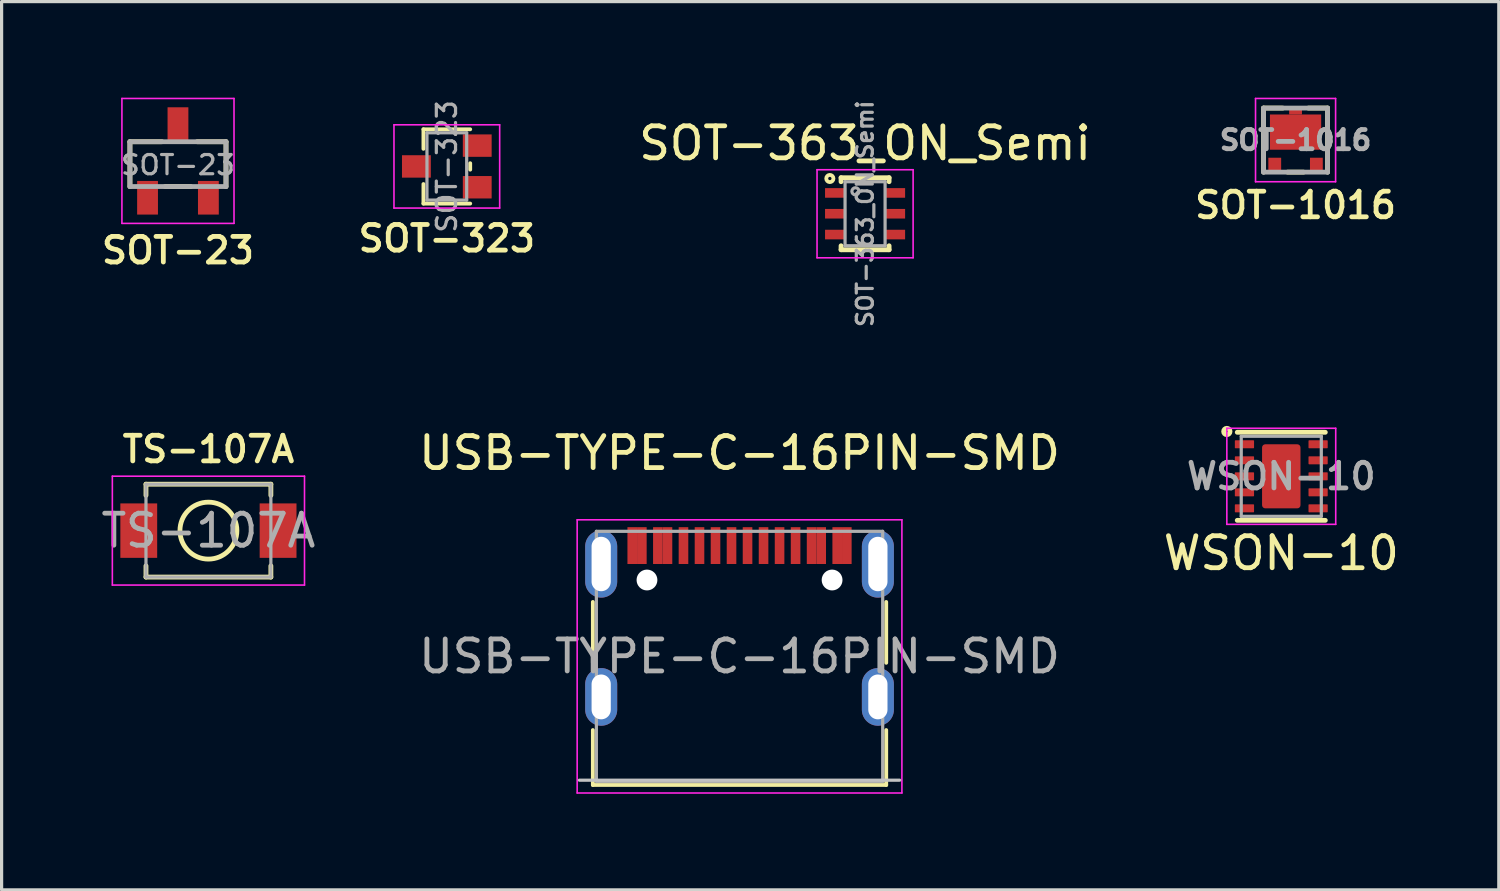
<source format=kicad_pcb>
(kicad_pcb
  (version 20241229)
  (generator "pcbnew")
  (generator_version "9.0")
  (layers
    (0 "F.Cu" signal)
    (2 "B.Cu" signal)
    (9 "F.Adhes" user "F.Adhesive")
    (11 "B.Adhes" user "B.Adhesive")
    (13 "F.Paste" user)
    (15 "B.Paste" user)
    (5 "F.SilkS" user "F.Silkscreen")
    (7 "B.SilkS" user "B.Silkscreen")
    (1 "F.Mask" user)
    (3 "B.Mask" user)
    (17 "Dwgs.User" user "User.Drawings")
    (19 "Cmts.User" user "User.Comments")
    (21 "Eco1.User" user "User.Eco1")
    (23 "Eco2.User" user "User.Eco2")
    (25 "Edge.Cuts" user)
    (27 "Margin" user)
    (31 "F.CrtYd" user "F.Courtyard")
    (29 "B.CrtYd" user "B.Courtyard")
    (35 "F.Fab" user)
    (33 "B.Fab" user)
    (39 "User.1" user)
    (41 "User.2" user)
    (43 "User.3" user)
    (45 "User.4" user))
  (footprint "WSON-10"
    (layer "F.Cu")
    (at 36.958 11.823)
    (property "Reference" "WSON-10" (at 0 2.4 180) (layer "F.SilkS") (effects (font (size 1 1) (thickness 0.15))))
    (attr smd)
    (fp_line (start -1.375 -1.375) (end 1.375 -1.375) (stroke (width 0.15) (type solid)) (layer "F.SilkS"))
    (fp_line (start -1.375 1.375) (end 1.375 1.375) (stroke (width 0.15) (type solid)) (layer "F.SilkS"))
    (fp_circle (center -1.7 -1.4) (end -1.8 -1.4) (stroke (width 0.15) (type solid)) (fill no) (layer "F.SilkS"))
    (fp_line (start -1.7 -1.5) (end -1.7 1.5) (stroke (width 0.05) (type solid)) (layer "F.CrtYd"))
    (fp_line (start -1.7 -1.5) (end 1.7 -1.5) (stroke (width 0.05) (type solid)) (layer "F.CrtYd"))
    (fp_line (start -1.7 1.5) (end 1.7 1.5) (stroke (width 0.05) (type solid)) (layer "F.CrtYd"))
    (fp_line (start 1.7 -1.5) (end 1.7 1.5) (stroke (width 0.05) (type solid)) (layer "F.CrtYd"))
    (fp_line (start -1.25 -1.25) (end -1.25 1.25) (stroke (width 0.1) (type solid)) (layer "F.Fab"))
    (fp_line (start -1.25 -1.25) (end 1.25 -1.25) (stroke (width 0.1) (type solid)) (layer "F.Fab"))
    (fp_line (start 1.25 1.25) (end -1.25 1.25) (stroke (width 0.1) (type solid)) (layer "F.Fab"))
    (fp_line (start 1.25 1.25) (end 1.25 -1.25) (stroke (width 0.1) (type solid)) (layer "F.Fab"))
    (fp_text user "${REFERENCE}" (at 0 0 180) (layer "F.Fab") (effects (font (size 0.8 0.8) (thickness 0.15))))
    (pad "" smd roundrect (at 0 -0.555) (size 1.13 0.89) (layers "F.Paste") (roundrect_rratio 0.056))
    (pad "" smd roundrect (at 0 0.555) (size 1.13 0.89) (layers "F.Paste") (roundrect_rratio 0.056))
    (pad "1" smd roundrect (at -1.15 -1) (size 0.6 0.25) (layers "F.Cu" "F.Mask" "F.Paste") (roundrect_rratio 0.083))
    (pad "2" smd roundrect (at -1.15 -0.5) (size 0.6 0.25) (layers "F.Cu" "F.Mask" "F.Paste") (roundrect_rratio 0.083))
    (pad "3" smd roundrect (at -1.15 0) (size 0.6 0.25) (layers "F.Cu" "F.Mask" "F.Paste") (roundrect_rratio 0.083))
    (pad "4" smd roundrect (at -1.15 0.5) (size 0.6 0.25) (layers "F.Cu" "F.Mask" "F.Paste") (roundrect_rratio 0.083))
    (pad "5" smd roundrect (at -1.15 1) (size 0.6 0.25) (layers "F.Cu" "F.Mask" "F.Paste") (roundrect_rratio 0.083))
    (pad "6" smd roundrect (at 1.15 1) (size 0.6 0.25) (layers "F.Cu" "F.Mask" "F.Paste") (roundrect_rratio 0.083))
    (pad "7" smd roundrect (at 1.15 0.5) (size 0.6 0.25) (layers "F.Cu" "F.Mask" "F.Paste") (roundrect_rratio 0.083))
    (pad "8" smd roundrect (at 1.15 0) (size 0.6 0.25) (layers "F.Cu" "F.Mask" "F.Paste") (roundrect_rratio 0.083))
    (pad "9" smd roundrect (at 1.15 -0.5) (size 0.6 0.25) (layers "F.Cu" "F.Mask" "F.Paste") (roundrect_rratio 0.083))
    (pad "10" smd roundrect (at 1.15 -1) (size 0.6 0.25) (layers "F.Cu" "F.Mask" "F.Paste") (roundrect_rratio 0.083))
    (pad "11" smd roundrect (at 0 0) (size 1.2 2) (layers "F.Cu" "F.Mask") (roundrect_rratio 0.083)))
  (footprint "SOT-1016"
    (layer "F.Cu")
    (at 37.404 1.325)
    (property "Reference" "SOT-1016" (at 0 2.032 180) (layer "F.SilkS") (effects (font (size 0.8 0.8) (thickness 0.15))))
    (attr smd)
    (fp_line (start -1 -1) (end -1 1) (stroke (width 0.15) (type solid)) (layer "F.SilkS"))
    (fp_line (start -0.4 -1) (end -1 -1) (stroke (width 0.15) (type solid)) (layer "F.SilkS"))
    (fp_line (start -0.25 1) (end 0.25 1) (stroke (width 0.15) (type solid)) (layer "F.SilkS"))
    (fp_line (start 1 -1) (end 0.4 -1) (stroke (width 0.15) (type solid)) (layer "F.SilkS"))
    (fp_line (start 1 1) (end 1 -1) (stroke (width 0.15) (type solid)) (layer "F.SilkS"))
    (fp_line (start -1.25 -1.3) (end 1.25 -1.3) (stroke (width 0.05) (type solid)) (layer "F.CrtYd"))
    (fp_line (start -1.25 1.3) (end -1.25 -1.3) (stroke (width 0.05) (type solid)) (layer "F.CrtYd"))
    (fp_line (start 1.25 -1.3) (end 1.25 1.3) (stroke (width 0.05) (type solid)) (layer "F.CrtYd"))
    (fp_line (start 1.25 1.3) (end -1.25 1.3) (stroke (width 0.05) (type solid)) (layer "F.CrtYd"))
    (fp_line (start -1 -1) (end -1 1) (stroke (width 0.15) (type solid)) (layer "F.Fab"))
    (fp_line (start -1 1) (end 1 1) (stroke (width 0.15) (type solid)) (layer "F.Fab"))
    (fp_line (start 1 -1) (end -1 -1) (stroke (width 0.15) (type solid)) (layer "F.Fab"))
    (fp_line (start 1 1) (end 1 -1) (stroke (width 0.15) (type solid)) (layer "F.Fab"))
    (fp_text user "${REFERENCE}" (at 0 0 0) (layer "F.Fab") (effects (font (size 0.6 0.6) (thickness 0.15))))
    (pad "1" smd rect (at -0.65 0.8) (size 0.4 0.5) (layers "F.Cu" "F.Mask" "F.Paste"))
    (pad "2" smd rect (at 0.65 0.8) (size 0.4 0.5) (layers "F.Cu" "F.Mask" "F.Paste"))
    (pad "3" smd rect (at 0 -0.925) (size 0.4 0.25) (layers "F.Cu" "F.Mask" "F.Paste"))
    (pad "3" smd rect (at 0 -0.25) (size 1.6 1.1) (layers "F.Cu" "F.Mask" "F.Paste")))
  (footprint "SOT-323"
    (layer "F.Cu")
    (at 10.902 2.147)
    (property "Reference" "SOT-323" (at 0 2.25 0) (layer "F.SilkS") (effects (font (size 0.8 0.8) (thickness 0.15))))
    (attr smd)
    (fp_line (start -0.73 -1.16) (end -0.73 -0.55) (stroke (width 0.12) (type solid)) (layer "F.SilkS"))
    (fp_line (start -0.73 -1.16) (end 0.73 -1.16) (stroke (width 0.12) (type solid)) (layer "F.SilkS"))
    (fp_line (start -0.73 1.16) (end -0.73 0.55) (stroke (width 0.12) (type solid)) (layer "F.SilkS"))
    (fp_line (start -0.73 1.16) (end 0.73 1.16) (stroke (width 0.12) (type solid)) (layer "F.SilkS"))
    (fp_line (start 0.73 -0.1) (end 0.73 0.1) (stroke (width 0.12) (type solid)) (layer "F.SilkS"))
    (fp_line (start -1.65 -1.3) (end -1.65 1.3) (stroke (width 0.05) (type solid)) (layer "F.CrtYd"))
    (fp_line (start -1.65 -1.3) (end 1.65 -1.3) (stroke (width 0.05) (type solid)) (layer "F.CrtYd"))
    (fp_line (start -1.65 1.3) (end 1.65 1.3) (stroke (width 0.05) (type solid)) (layer "F.CrtYd"))
    (fp_line (start 1.65 -1.3) (end 1.65 1.3) (stroke (width 0.05) (type solid)) (layer "F.CrtYd"))
    (fp_line (start -0.62 -1.05) (end -0.62 1.05) (stroke (width 0.1) (type solid)) (layer "F.Fab"))
    (fp_line (start -0.62 -1.05) (end 0.62 -1.05) (stroke (width 0.1) (type solid)) (layer "F.Fab"))
    (fp_line (start -0.62 1.05) (end 0.62 1.05) (stroke (width 0.1) (type solid)) (layer "F.Fab"))
    (fp_line (start 0.62 -1.05) (end 0.62 1.05) (stroke (width 0.1) (type solid)) (layer "F.Fab"))
    (fp_text user "${REFERENCE}" (at 0 0 90) (layer "F.Fab") (effects (font (size 0.6 0.6) (thickness 0.1))))
    (pad "1" smd rect (at 0.95 0.65) (size 0.9 0.7) (layers "F.Cu" "F.Mask" "F.Paste"))
    (pad "2" smd rect (at 0.95 -0.65) (size 0.9 0.7) (layers "F.Cu" "F.Mask" "F.Paste"))
    (pad "3" smd rect (at -0.95 0) (size 0.9 0.7) (layers "F.Cu" "F.Mask" "F.Paste")))
  (footprint "SOT-23"
    (layer "F.Cu")
    (at 2.507 1.975)
    (property "Reference" "SOT-23" (at 0 2.794 0) (layer "F.SilkS") (effects (font (size 0.8 0.8) (thickness 0.15))))
    (attr smd)
    (fp_line (start -1.5 -0.6) (end -0.5 -0.6) (stroke (width 0.15) (type solid)) (layer "F.SilkS"))
    (fp_line (start -1.5 0.8) (end -1.5 -0.6) (stroke (width 0.15) (type solid)) (layer "F.SilkS"))
    (fp_line (start -0.4 0.8) (end 0.4 0.8) (stroke (width 0.15) (type solid)) (layer "F.SilkS"))
    (fp_line (start 0.6 -0.6) (end 1.5 -0.6) (stroke (width 0.15) (type solid)) (layer "F.SilkS"))
    (fp_line (start 1.5 0.8) (end 1.5 -0.6) (stroke (width 0.15) (type solid)) (layer "F.SilkS"))
    (fp_line (start -1.75 -1.95) (end -1.75 1.95) (stroke (width 0.05) (type solid)) (layer "F.CrtYd"))
    (fp_line (start -1.75 1.95) (end 1.75 1.95) (stroke (width 0.05) (type solid)) (layer "F.CrtYd"))
    (fp_line (start 1.75 -1.95) (end -1.75 -1.95) (stroke (width 0.05) (type solid)) (layer "F.CrtYd"))
    (fp_line (start 1.75 1.95) (end 1.75 -1.95) (stroke (width 0.05) (type solid)) (layer "F.CrtYd"))
    (fp_line (start -1.5 -0.6) (end 1.5 -0.6) (stroke (width 0.15) (type solid)) (layer "F.Fab"))
    (fp_line (start -1.5 0.8) (end -1.5 -0.6) (stroke (width 0.15) (type solid)) (layer "F.Fab"))
    (fp_line (start -1.5 0.8) (end 1.5 0.8) (stroke (width 0.15) (type solid)) (layer "F.Fab"))
    (fp_line (start 1.5 0.8) (end 1.5 -0.6) (stroke (width 0.15) (type solid)) (layer "F.Fab"))
    (fp_text user "${REFERENCE}" (at 0 0.127 0) (layer "F.Fab") (effects (font (size 0.6 0.6) (thickness 0.1))))
    (pad "1" smd rect (at -0.95 1.15) (size 0.65 1.05) (layers "F.Cu" "F.Mask" "F.Paste"))
    (pad "2" smd rect (at 0.95 1.15) (size 0.65 1.05) (layers "F.Cu" "F.Mask" "F.Paste"))
    (pad "3" smd rect (at 0 -1.15) (size 0.65 1.05) (layers "F.Cu" "F.Mask" "F.Paste")))
  (footprint "SOT-363_ON_Semi"
    (layer "F.Cu")
    (at 23.962 3.624)
    (property "Reference" "SOT-363_ON_Semi" (at 0 -2.2 0) (layer "F.SilkS") (effects (font (size 1 1) (thickness 0.15))))
    (attr smd)
    (fp_line (start -0.75 -1.125) (end 0.75 -1.125) (stroke (width 0.15) (type solid)) (layer "F.SilkS"))
    (fp_line (start -0.75 -1) (end -0.75 -1.125) (stroke (width 0.15) (type solid)) (layer "F.SilkS"))
    (fp_line (start -0.75 1) (end -0.75 1.125) (stroke (width 0.15) (type solid)) (layer "F.SilkS"))
    (fp_line (start 0.75 -1.125) (end 0.75 -1) (stroke (width 0.15) (type solid)) (layer "F.SilkS"))
    (fp_line (start 0.75 1) (end 0.75 1.125) (stroke (width 0.15) (type solid)) (layer "F.SilkS"))
    (fp_line (start 0.75 1.125) (end -0.75 1.125) (stroke (width 0.15) (type solid)) (layer "F.SilkS"))
    (fp_circle (center -1.1 -1.1) (end -1.1 -0.988) (stroke (width 0.12) (type solid)) (fill no) (layer "F.SilkS"))
    (fp_line (start -1.5 -1.375) (end -1.5 1.375) (stroke (width 0.05) (type solid)) (layer "F.CrtYd"))
    (fp_line (start -1.5 1.375) (end 1.5 1.375) (stroke (width 0.05) (type solid)) (layer "F.CrtYd"))
    (fp_line (start 1.5 -1.375) (end -1.5 -1.375) (stroke (width 0.05) (type solid)) (layer "F.CrtYd"))
    (fp_line (start 1.5 1.375) (end 1.5 -1.375) (stroke (width 0.05) (type solid)) (layer "F.CrtYd"))
    (fp_line (start -0.625 -1) (end -0.625 1) (stroke (width 0.1) (type solid)) (layer "F.Fab"))
    (fp_line (start 0.625 -1) (end -0.625 -1) (stroke (width 0.1) (type solid)) (layer "F.Fab"))
    (fp_line (start 0.625 -1) (end 0.625 1) (stroke (width 0.1) (type solid)) (layer "F.Fab"))
    (fp_line (start 0.625 1) (end -0.625 1) (stroke (width 0.1) (type solid)) (layer "F.Fab"))
    (fp_circle (center -0.3 -0.7) (end -0.3 -0.588) (stroke (width 0.1) (type solid)) (fill no) (layer "F.Fab"))
    (fp_text user "${REFERENCE}" (at 0 0 90) (layer "F.Fab") (effects (font (size 0.5 0.5) (thickness 0.1))))
    (pad "1" smd rect (at -0.92 -0.65 270) (size 0.3 0.66) (layers "F.Cu" "F.Mask" "F.Paste"))
    (pad "2" smd rect (at -0.92 0 270) (size 0.3 0.66) (layers "F.Cu" "F.Mask" "F.Paste"))
    (pad "3" smd rect (at -0.92 0.65 270) (size 0.3 0.66) (layers "F.Cu" "F.Mask" "F.Paste"))
    (pad "4" smd rect (at 0.92 0.65 270) (size 0.3 0.66) (layers "F.Cu" "F.Mask" "F.Paste"))
    (pad "5" smd rect (at 0.92 0 270) (size 0.3 0.66) (layers "F.Cu" "F.Mask" "F.Paste"))
    (pad "6" smd rect (at 0.92 -0.65 270) (size 0.3 0.66) (layers "F.Cu" "F.Mask" "F.Paste")))
  (footprint "TS-107A"
    (layer "F.Cu")
    (at 3.458 13.519)
    (property "Reference" "TS-107A" (at 0 -2.54 0) (layer "F.SilkS") (effects (font (size 0.8 0.8) (thickness 0.15))))
    (attr smd)
    (fp_line (start -1.95 -1.45) (end 1.95 -1.45) (stroke (width 0.15) (type solid)) (layer "F.SilkS"))
    (fp_line (start -1.95 -1.1) (end -1.95 -1.45) (stroke (width 0.15) (type solid)) (layer "F.SilkS"))
    (fp_line (start -1.95 1.1) (end -1.95 1.45) (stroke (width 0.15) (type solid)) (layer "F.SilkS"))
    (fp_line (start -1.95 1.45) (end 1.95 1.45) (stroke (width 0.15) (type solid)) (layer "F.SilkS"))
    (fp_line (start 1.95 -1.45) (end 1.95 -1.1) (stroke (width 0.15) (type solid)) (layer "F.SilkS"))
    (fp_line (start 1.95 1.45) (end 1.95 1.1) (stroke (width 0.15) (type solid)) (layer "F.SilkS"))
    (fp_circle (center 0 0) (end -0.889 0) (stroke (width 0.15) (type solid)) (fill no) (layer "F.SilkS"))
    (fp_line (start -3 -1.7) (end 3 -1.7) (stroke (width 0.05) (type solid)) (layer "F.CrtYd"))
    (fp_line (start -3 1.7) (end -3 -1.7) (stroke (width 0.05) (type solid)) (layer "F.CrtYd"))
    (fp_line (start 3 -1.7) (end 3 1.7) (stroke (width 0.05) (type solid)) (layer "F.CrtYd"))
    (fp_line (start 3 1.7) (end -3 1.7) (stroke (width 0.05) (type solid)) (layer "F.CrtYd"))
    (fp_line (start -1.95 -1.45) (end 1.95 -1.45) (stroke (width 0.1) (type solid)) (layer "F.Fab"))
    (fp_line (start -1.95 1.45) (end -1.95 -1.45) (stroke (width 0.1) (type solid)) (layer "F.Fab"))
    (fp_line (start -1.95 1.45) (end 1.95 1.45) (stroke (width 0.1) (type solid)) (layer "F.Fab"))
    (fp_line (start 1.95 1.45) (end 1.95 -1.45) (stroke (width 0.1) (type solid)) (layer "F.Fab"))
    (fp_text user "${REFERENCE}" (at 0 0 0) (layer "F.Fab") (effects (font (size 1 1) (thickness 0.15))))
    (pad "1" smd rect (at -2.175 0) (size 1.15 1.7) (layers "F.Cu" "F.Mask" "F.Paste"))
    (pad "2" smd rect (at 2.175 0) (size 1.15 1.7) (layers "F.Cu" "F.Mask" "F.Paste")))
  (footprint "USB-TYPE-C-16PIN-SMD"
    (layer "F.Cu")
    (at 20.042 17.446)
    (property "Reference" "USB-TYPE-C-16PIN-SMD" (at 0 -6.35 0) (layer "F.SilkS") (effects (font (size 1 1) (thickness 0.15))))
    (attr smd)
    (fp_line (start -4.58 -1.7) (end -4.58 0.2) (stroke (width 0.12) (type solid)) (layer "F.SilkS"))
    (fp_line (start -4.58 2.3) (end -4.58 4.015) (stroke (width 0.12) (type solid)) (layer "F.SilkS"))
    (fp_line (start 4.58 -1.7) (end 4.58 0.2) (stroke (width 0.12) (type solid)) (layer "F.SilkS"))
    (fp_line (start 4.58 2.3) (end 4.58 4.015) (stroke (width 0.12) (type solid)) (layer "F.SilkS"))
    (fp_line (start 4.58 4.015) (end -4.58 4.015) (stroke (width 0.12) (type solid)) (layer "F.SilkS"))
    (fp_line (start -5 3.865) (end 5 3.865) (stroke (width 0.1) (type solid)) (layer "Dwgs.User"))
    (fp_line (start -5.07 4.265) (end -5.07 -4.265) (stroke (width 0.05) (type solid)) (layer "F.CrtYd"))
    (fp_line (start 5.07 -4.265) (end -5.07 -4.265) (stroke (width 0.05) (type solid)) (layer "F.CrtYd"))
    (fp_line (start 5.07 4.265) (end -5.07 4.265) (stroke (width 0.05) (type solid)) (layer "F.CrtYd"))
    (fp_line (start 5.07 4.265) (end 5.07 -4.265) (stroke (width 0.05) (type solid)) (layer "F.CrtYd"))
    (fp_line (start -4.47 -3.905) (end -4.47 3.905) (stroke (width 0.1) (type solid)) (layer "F.Fab"))
    (fp_line (start -4.47 -3.905) (end 4.47 -3.905) (stroke (width 0.1) (type solid)) (layer "F.Fab"))
    (fp_line (start -4.47 3.905) (end 4.47 3.905) (stroke (width 0.1) (type solid)) (layer "F.Fab"))
    (fp_line (start 4.47 -3.905) (end 4.47 3.905) (stroke (width 0.1) (type solid)) (layer "F.Fab"))
    (fp_text user "${REFERENCE}" (at 0 0 0) (layer "F.Fab") (effects (font (size 1 1) (thickness 0.15))))
    (pad "" np_thru_hole circle (at -2.89 -2.385) (size 0.65 0.65) (drill 0.65) (layers "*.Cu" "*.Mask"))
    (pad "" np_thru_hole circle (at 2.89 -2.385) (size 0.65 0.65) (drill 0.65) (layers "*.Cu" "*.Mask"))
    (pad "1" thru_hole oval (at -4.32 1.265) (size 1 1.8) (drill oval 0.6 1.4) (layers "*.Cu" "*.Mask" "F.Paste"))
    (pad "2" thru_hole oval (at 4.32 1.265) (size 1 1.8) (drill oval 0.6 1.4) (layers "*.Cu" "*.Mask" "F.Paste"))
    (pad "3" thru_hole oval (at -4.32 -2.885) (size 1 2.1) (drill oval 0.6 1.7) (layers "*.Cu" "*.Mask" "F.Paste"))
    (pad "4" thru_hole oval (at 4.32 -2.885) (size 1 2.1) (drill oval 0.6 1.7) (layers "*.Cu" "*.Mask" "F.Paste"))
    (pad "A1" smd rect (at -3.35 -3.46) (size 0.3 1.15) (layers "F.Cu" "F.Mask" "F.Paste"))
    (pad "A4" smd rect (at -2.55 -3.46) (size 0.3 1.15) (layers "F.Cu" "F.Mask" "F.Paste"))
    (pad "A5" smd rect (at -1.25 -3.46) (size 0.3 1.15) (layers "F.Cu" "F.Mask" "F.Paste"))
    (pad "A6" smd rect (at -0.25 -3.46) (size 0.3 1.15) (layers "F.Cu" "F.Mask" "F.Paste"))
    (pad "A7" smd rect (at 0.25 -3.46) (size 0.3 1.15) (layers "F.Cu" "F.Mask" "F.Paste"))
    (pad "A8" smd rect (at -1.75 -3.46) (size 0.3 1.15) (layers "F.Cu" "F.Mask" "F.Paste"))
    (pad "A9" smd rect (at 2.55 -3.46) (size 0.3 1.15) (layers "F.Cu" "F.Mask" "F.Paste"))
    (pad "A12" smd rect (at 3.35 -3.46) (size 0.3 1.15) (layers "F.Cu" "F.Mask" "F.Paste"))
    (pad "B1" smd rect (at 3.05 -3.46) (size 0.3 1.15) (layers "F.Cu" "F.Mask" "F.Paste"))
    (pad "B4" smd rect (at 2.25 -3.46) (size 0.3 1.15) (layers "F.Cu" "F.Mask" "F.Paste"))
    (pad "B5" smd rect (at 1.75 -3.46) (size 0.3 1.15) (layers "F.Cu" "F.Mask" "F.Paste"))
    (pad "B6" smd rect (at 0.75 -3.46) (size 0.3 1.15) (layers "F.Cu" "F.Mask" "F.Paste"))
    (pad "B7" smd rect (at -0.75 -3.46) (size 0.3 1.15) (layers "F.Cu" "F.Mask" "F.Paste"))
    (pad "B8" smd rect (at 1.25 -3.46) (size 0.3 1.15) (layers "F.Cu" "F.Mask" "F.Paste"))
    (pad "B9" smd rect (at -2.25 -3.46) (size 0.3 1.15) (layers "F.Cu" "F.Mask" "F.Paste"))
    (pad "B12" smd rect (at -3.05 -3.46) (size 0.3 1.15) (layers "F.Cu" "F.Mask" "F.Paste")))
  (gr_rect
    (start -3 -3)
    (end 43.75 24.736)
    (stroke (width 0.1) (type default))
    (fill no)
    (layer "Edge.Cuts")))
</source>
